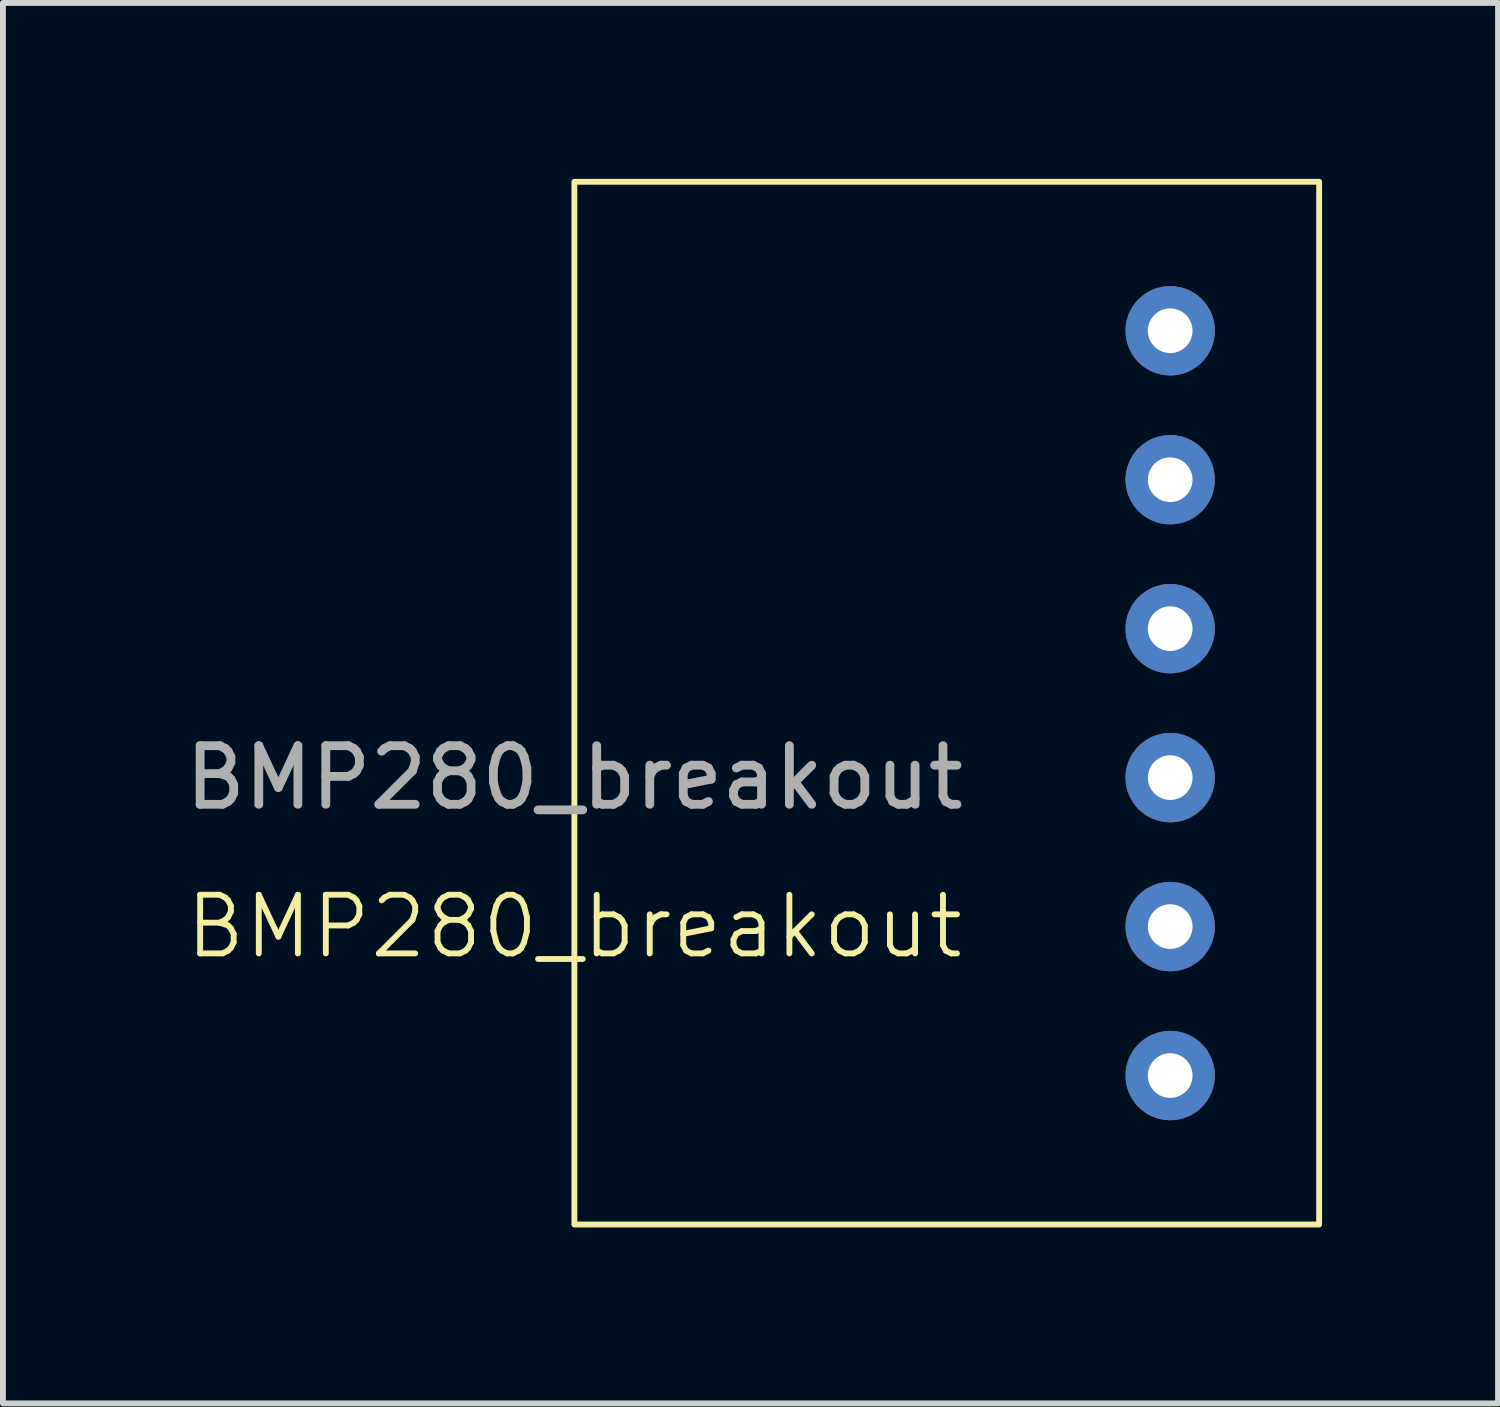
<source format=kicad_pcb>
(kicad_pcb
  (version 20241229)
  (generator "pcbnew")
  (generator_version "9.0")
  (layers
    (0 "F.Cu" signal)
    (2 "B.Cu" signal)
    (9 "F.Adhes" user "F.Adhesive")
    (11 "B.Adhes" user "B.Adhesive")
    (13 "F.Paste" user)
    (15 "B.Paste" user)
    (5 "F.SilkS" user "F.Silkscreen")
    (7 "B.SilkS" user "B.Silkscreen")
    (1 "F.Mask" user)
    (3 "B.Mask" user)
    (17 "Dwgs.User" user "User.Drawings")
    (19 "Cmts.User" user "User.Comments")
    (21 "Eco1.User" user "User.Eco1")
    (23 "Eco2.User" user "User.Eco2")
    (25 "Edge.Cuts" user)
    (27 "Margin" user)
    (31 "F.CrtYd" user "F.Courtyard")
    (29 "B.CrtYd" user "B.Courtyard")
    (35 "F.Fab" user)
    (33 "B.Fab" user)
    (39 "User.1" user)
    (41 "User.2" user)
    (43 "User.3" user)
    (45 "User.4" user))
  (footprint "BMP280_breakout"
    (layer "F.Cu")
    (at 16.904 15.29)
    (property "Reference" "BMP280_breakout" (at -10.16 -2.54 0) (unlocked yes) (layer "F.SilkS") (effects (font (size 1 1) (thickness 0.1))))
    (attr through_hole)
    (fp_rect (start 2.54 2.54) (end -10.16 -15.24) (stroke (width 0.1) (type default)) (fill no) (layer "F.SilkS"))
    (fp_text user "${REFERENCE}" (at -10.16 -5.08 0) (unlocked yes) (layer "F.Fab") (effects (font (size 1 1) (thickness 0.15))))
    (pad "1" thru_hole circle (at 0 0) (size 1.524 1.524) (drill 0.762) (layers "*.Cu" "*.Mask"))
    (pad "2" thru_hole circle (at 0 -2.54) (size 1.524 1.524) (drill 0.762) (layers "*.Cu" "*.Mask"))
    (pad "3" thru_hole circle (at 0 -5.08) (size 1.524 1.524) (drill 0.762) (layers "*.Cu" "*.Mask"))
    (pad "4" thru_hole circle (at 0 -7.62) (size 1.524 1.524) (drill 0.762) (layers "*.Cu" "*.Mask"))
    (pad "5" thru_hole circle (at 0 -10.16) (size 1.524 1.524) (drill 0.762) (layers "*.Cu" "*.Mask"))
    (pad "6" thru_hole circle (at 0 -12.7) (size 1.524 1.524) (drill 0.762) (layers "*.Cu" "*.Mask")))
  (gr_rect
    (start -3 -3)
    (end 22.494 20.88)
    (stroke (width 0.1) (type default))
    (fill no)
    (layer "Edge.Cuts")))
</source>
